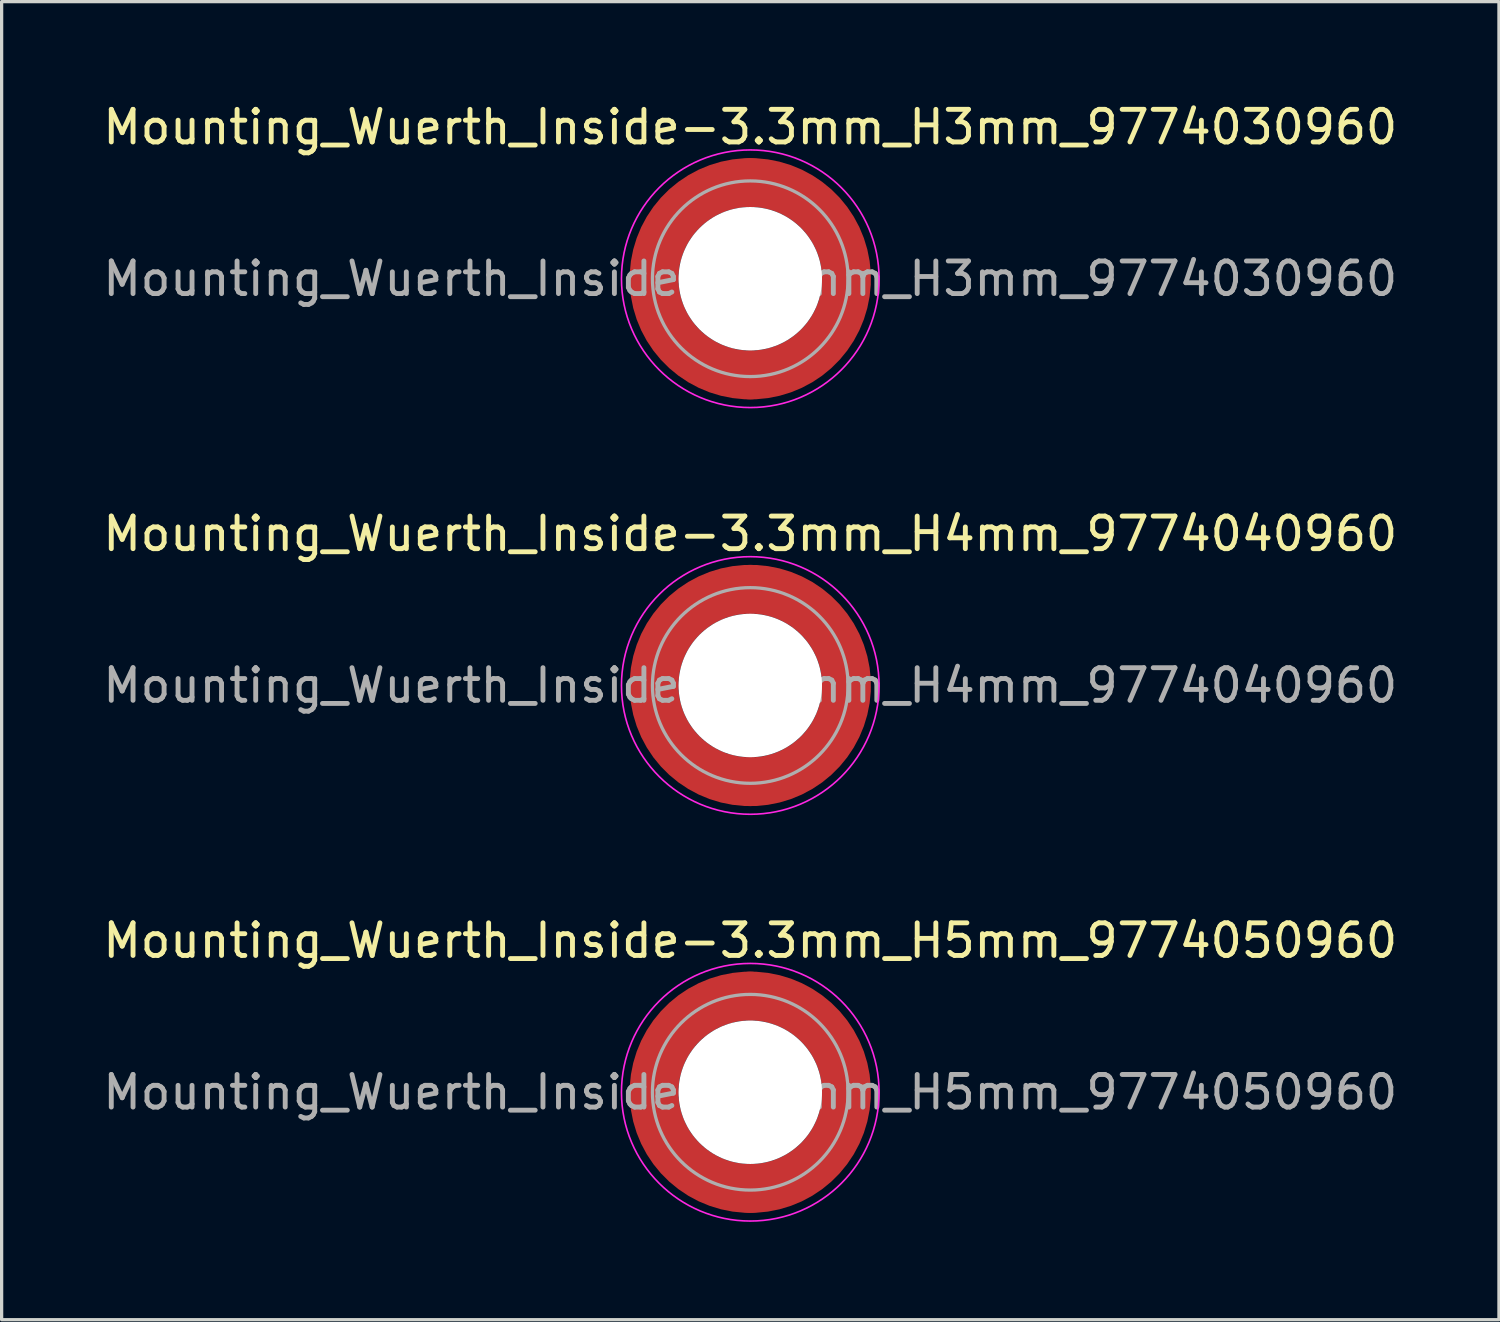
<source format=kicad_pcb>
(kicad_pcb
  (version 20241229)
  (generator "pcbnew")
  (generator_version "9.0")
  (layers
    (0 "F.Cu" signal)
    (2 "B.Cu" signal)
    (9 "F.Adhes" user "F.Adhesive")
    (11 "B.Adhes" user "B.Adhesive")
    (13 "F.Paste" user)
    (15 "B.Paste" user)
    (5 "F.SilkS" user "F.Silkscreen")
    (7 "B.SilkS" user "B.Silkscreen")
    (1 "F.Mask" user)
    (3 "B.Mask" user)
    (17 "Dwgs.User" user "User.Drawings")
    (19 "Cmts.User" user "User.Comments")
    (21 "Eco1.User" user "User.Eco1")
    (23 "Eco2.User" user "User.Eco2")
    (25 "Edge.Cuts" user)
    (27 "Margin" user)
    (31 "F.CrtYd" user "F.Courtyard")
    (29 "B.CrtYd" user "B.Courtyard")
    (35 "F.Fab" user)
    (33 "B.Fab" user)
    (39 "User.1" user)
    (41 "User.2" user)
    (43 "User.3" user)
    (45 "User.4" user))
  (footprint "Mounting_Wuerth_Inside-3.3mm_H4mm_9774040960"
    (layer "F.Cu")
    (at 19.958 17.971)
    (property "Reference" "Mounting_Wuerth_Inside-3.3mm_H4mm_9774040960" (at 0 -4.65 0) (layer "F.SilkS") (effects (font (size 1 1) (thickness 0.15))))
    (attr smd)
    (fp_circle (center 0 0) (end 3.95 0) (stroke (width 0.05) (type solid)) (fill no) (layer "F.CrtYd"))
    (fp_circle (center 0 0) (end 3 0) (stroke (width 0.1) (type solid)) (fill no) (layer "F.Fab"))
    (fp_text user "${REFERENCE}" (at 0 0 0) (layer "F.Fab") (effects (font (size 1 1) (thickness 0.15))))
    (pad "" smd custom (at -2.058 -2.058) (size 1.1 1.1) (layers "F.Paste") (options (anchor circle)) (primitives (gr_arc (start -0.524489 1.532681) (mid 0.194454 0.194454) (end 1.532681 -0.524489) (width 0.55)) (gr_arc (start -0.804569 1.532681) (mid 0 0) (end 1.532681 -0.804569) (width 0.55)) (gr_arc (start -1.083752 1.532681) (mid -0.194454 -0.194454) (end 1.532681 -1.083752) (width 0.55)) (gr_line (start 1.533 -0.524) (end 1.533 -1.084) (width 0.55)) (gr_line (start -0.524 1.533) (end -1.084 1.533) (width 0.55))))
    (pad "" smd custom (at -2.058 2.058) (size 1.1 1.1) (layers "F.Paste") (options (anchor circle)) (primitives (gr_arc (start 1.532681 0.524489) (mid 0.194454 -0.194454) (end -0.524489 -1.532681) (width 0.55)) (gr_arc (start 1.532681 0.804569) (mid 0 0) (end -0.804569 -1.532681) (width 0.55)) (gr_arc (start 1.532681 1.083752) (mid -0.194454 0.194454) (end -1.083752 -1.532681) (width 0.55)) (gr_line (start -0.524 -1.533) (end -1.084 -1.533) (width 0.55)) (gr_line (start 1.533 0.524) (end 1.533 1.084) (width 0.55))))
    (pad "" np_thru_hole circle (at 0 0) (size 4.4 4.4) (drill 4.4) (layers "*.Cu" "*.Mask"))
    (pad "" smd custom (at 2.058 -2.058) (size 1.1 1.1) (layers "F.Paste") (options (anchor circle)) (primitives (gr_arc (start -1.532681 -0.524489) (mid -0.194454 0.194454) (end 0.524489 1.532681) (width 0.55)) (gr_arc (start -1.532681 -0.804569) (mid 0 0) (end 0.804569 1.532681) (width 0.55)) (gr_arc (start -1.532681 -1.083752) (mid 0.194454 -0.194454) (end 1.083752 1.532681) (width 0.55)) (gr_line (start 0.524 1.533) (end 1.084 1.533) (width 0.55)) (gr_line (start -1.533 -0.524) (end -1.533 -1.084) (width 0.55))))
    (pad "" smd custom (at 2.058 2.058) (size 1.1 1.1) (layers "F.Paste") (options (anchor circle)) (primitives (gr_arc (start 0.524489 -1.532681) (mid -0.194454 -0.194454) (end -1.532681 0.524489) (width 0.55)) (gr_arc (start 0.804569 -1.532681) (mid 0 0) (end -1.532681 0.804569) (width 0.55)) (gr_arc (start 1.083752 -1.532681) (mid 0.194454 0.194454) (end -1.532681 1.083752) (width 0.55)) (gr_line (start -1.533 0.524) (end -1.533 1.084) (width 0.55)) (gr_line (start 0.524 -1.533) (end 1.084 -1.533) (width 0.55))))
    (pad "1" smd circle (at -2.95 0) (size 1.5 1.5) (layers "F.Cu"))
    (pad "1" smd circle (at 0 -2.95) (size 1.5 1.5) (layers "F.Cu"))
    (pad "1" smd circle (at 0 2.95) (size 1.5 1.5) (layers "F.Cu"))
    (pad "1" smd custom (at 2.95 0) (size 1.5 1.5) (layers "F.Cu" "F.Mask") (options (anchor circle)) (primitives (gr_circle (center -2.95 0) (end 0 0) (width 1.5) (fill no)))))
  (footprint "Mounting_Wuerth_Inside-3.3mm_H5mm_9774050960"
    (layer "F.Cu")
    (at 19.958 30.445)
    (property "Reference" "Mounting_Wuerth_Inside-3.3mm_H5mm_9774050960" (at 0 -4.65 0) (layer "F.SilkS") (effects (font (size 1 1) (thickness 0.15))))
    (attr smd)
    (fp_circle (center 0 0) (end 3.95 0) (stroke (width 0.05) (type solid)) (fill no) (layer "F.CrtYd"))
    (fp_circle (center 0 0) (end 3 0) (stroke (width 0.1) (type solid)) (fill no) (layer "F.Fab"))
    (fp_text user "${REFERENCE}" (at 0 0 0) (layer "F.Fab") (effects (font (size 1 1) (thickness 0.15))))
    (pad "" smd custom (at -2.058 -2.058) (size 1.1 1.1) (layers "F.Paste") (options (anchor circle)) (primitives (gr_arc (start -0.524489 1.532681) (mid 0.194454 0.194454) (end 1.532681 -0.524489) (width 0.55)) (gr_arc (start -0.804569 1.532681) (mid 0 0) (end 1.532681 -0.804569) (width 0.55)) (gr_arc (start -1.083752 1.532681) (mid -0.194454 -0.194454) (end 1.532681 -1.083752) (width 0.55)) (gr_line (start 1.533 -0.524) (end 1.533 -1.084) (width 0.55)) (gr_line (start -0.524 1.533) (end -1.084 1.533) (width 0.55))))
    (pad "" smd custom (at -2.058 2.058) (size 1.1 1.1) (layers "F.Paste") (options (anchor circle)) (primitives (gr_arc (start 1.532681 0.524489) (mid 0.194454 -0.194454) (end -0.524489 -1.532681) (width 0.55)) (gr_arc (start 1.532681 0.804569) (mid 0 0) (end -0.804569 -1.532681) (width 0.55)) (gr_arc (start 1.532681 1.083752) (mid -0.194454 0.194454) (end -1.083752 -1.532681) (width 0.55)) (gr_line (start -0.524 -1.533) (end -1.084 -1.533) (width 0.55)) (gr_line (start 1.533 0.524) (end 1.533 1.084) (width 0.55))))
    (pad "" np_thru_hole circle (at 0 0) (size 4.4 4.4) (drill 4.4) (layers "*.Cu" "*.Mask"))
    (pad "" smd custom (at 2.058 -2.058) (size 1.1 1.1) (layers "F.Paste") (options (anchor circle)) (primitives (gr_arc (start -1.532681 -0.524489) (mid -0.194454 0.194454) (end 0.524489 1.532681) (width 0.55)) (gr_arc (start -1.532681 -0.804569) (mid 0 0) (end 0.804569 1.532681) (width 0.55)) (gr_arc (start -1.532681 -1.083752) (mid 0.194454 -0.194454) (end 1.083752 1.532681) (width 0.55)) (gr_line (start 0.524 1.533) (end 1.084 1.533) (width 0.55)) (gr_line (start -1.533 -0.524) (end -1.533 -1.084) (width 0.55))))
    (pad "" smd custom (at 2.058 2.058) (size 1.1 1.1) (layers "F.Paste") (options (anchor circle)) (primitives (gr_arc (start 0.524489 -1.532681) (mid -0.194454 -0.194454) (end -1.532681 0.524489) (width 0.55)) (gr_arc (start 0.804569 -1.532681) (mid 0 0) (end -1.532681 0.804569) (width 0.55)) (gr_arc (start 1.083752 -1.532681) (mid 0.194454 0.194454) (end -1.532681 1.083752) (width 0.55)) (gr_line (start -1.533 0.524) (end -1.533 1.084) (width 0.55)) (gr_line (start 0.524 -1.533) (end 1.084 -1.533) (width 0.55))))
    (pad "1" smd circle (at -2.95 0) (size 1.5 1.5) (layers "F.Cu"))
    (pad "1" smd circle (at 0 -2.95) (size 1.5 1.5) (layers "F.Cu"))
    (pad "1" smd circle (at 0 2.95) (size 1.5 1.5) (layers "F.Cu"))
    (pad "1" smd custom (at 2.95 0) (size 1.5 1.5) (layers "F.Cu" "F.Mask") (options (anchor circle)) (primitives (gr_circle (center -2.95 0) (end 0 0) (width 1.5) (fill no)))))
  (footprint "Mounting_Wuerth_Inside-3.3mm_H3mm_9774030960"
    (layer "F.Cu")
    (at 19.958 5.498)
    (property "Reference" "Mounting_Wuerth_Inside-3.3mm_H3mm_9774030960" (at 0 -4.65 0) (layer "F.SilkS") (effects (font (size 1 1) (thickness 0.15))))
    (attr smd)
    (fp_circle (center 0 0) (end 3.95 0) (stroke (width 0.05) (type solid)) (fill no) (layer "F.CrtYd"))
    (fp_circle (center 0 0) (end 3 0) (stroke (width 0.1) (type solid)) (fill no) (layer "F.Fab"))
    (fp_text user "${REFERENCE}" (at 0 0 0) (layer "F.Fab") (effects (font (size 1 1) (thickness 0.15))))
    (pad "" smd custom (at -2.058 -2.058) (size 1.1 1.1) (layers "F.Paste") (options (anchor circle)) (primitives (gr_arc (start -0.524489 1.532681) (mid 0.194454 0.194454) (end 1.532681 -0.524489) (width 0.55)) (gr_arc (start -0.804569 1.532681) (mid 0 0) (end 1.532681 -0.804569) (width 0.55)) (gr_arc (start -1.083752 1.532681) (mid -0.194454 -0.194454) (end 1.532681 -1.083752) (width 0.55)) (gr_line (start 1.533 -0.524) (end 1.533 -1.084) (width 0.55)) (gr_line (start -0.524 1.533) (end -1.084 1.533) (width 0.55))))
    (pad "" smd custom (at -2.058 2.058) (size 1.1 1.1) (layers "F.Paste") (options (anchor circle)) (primitives (gr_arc (start 1.532681 0.524489) (mid 0.194454 -0.194454) (end -0.524489 -1.532681) (width 0.55)) (gr_arc (start 1.532681 0.804569) (mid 0 0) (end -0.804569 -1.532681) (width 0.55)) (gr_arc (start 1.532681 1.083752) (mid -0.194454 0.194454) (end -1.083752 -1.532681) (width 0.55)) (gr_line (start -0.524 -1.533) (end -1.084 -1.533) (width 0.55)) (gr_line (start 1.533 0.524) (end 1.533 1.084) (width 0.55))))
    (pad "" np_thru_hole circle (at 0 0) (size 4.4 4.4) (drill 4.4) (layers "*.Cu" "*.Mask"))
    (pad "" smd custom (at 2.058 -2.058) (size 1.1 1.1) (layers "F.Paste") (options (anchor circle)) (primitives (gr_arc (start -1.532681 -0.524489) (mid -0.194454 0.194454) (end 0.524489 1.532681) (width 0.55)) (gr_arc (start -1.532681 -0.804569) (mid 0 0) (end 0.804569 1.532681) (width 0.55)) (gr_arc (start -1.532681 -1.083752) (mid 0.194454 -0.194454) (end 1.083752 1.532681) (width 0.55)) (gr_line (start 0.524 1.533) (end 1.084 1.533) (width 0.55)) (gr_line (start -1.533 -0.524) (end -1.533 -1.084) (width 0.55))))
    (pad "" smd custom (at 2.058 2.058) (size 1.1 1.1) (layers "F.Paste") (options (anchor circle)) (primitives (gr_arc (start 0.524489 -1.532681) (mid -0.194454 -0.194454) (end -1.532681 0.524489) (width 0.55)) (gr_arc (start 0.804569 -1.532681) (mid 0 0) (end -1.532681 0.804569) (width 0.55)) (gr_arc (start 1.083752 -1.532681) (mid 0.194454 0.194454) (end -1.532681 1.083752) (width 0.55)) (gr_line (start -1.533 0.524) (end -1.533 1.084) (width 0.55)) (gr_line (start 0.524 -1.533) (end 1.084 -1.533) (width 0.55))))
    (pad "1" smd circle (at -2.95 0) (size 1.5 1.5) (layers "F.Cu"))
    (pad "1" smd circle (at 0 -2.95) (size 1.5 1.5) (layers "F.Cu"))
    (pad "1" smd circle (at 0 2.95) (size 1.5 1.5) (layers "F.Cu"))
    (pad "1" smd custom (at 2.95 0) (size 1.5 1.5) (layers "F.Cu" "F.Mask") (options (anchor circle)) (primitives (gr_circle (center -2.95 0) (end 0 0) (width 1.5) (fill no)))))
  (gr_rect
    (start -3 -3)
    (end 42.917 37.42)
    (stroke (width 0.1) (type default))
    (fill no)
    (layer "Edge.Cuts")))
</source>
